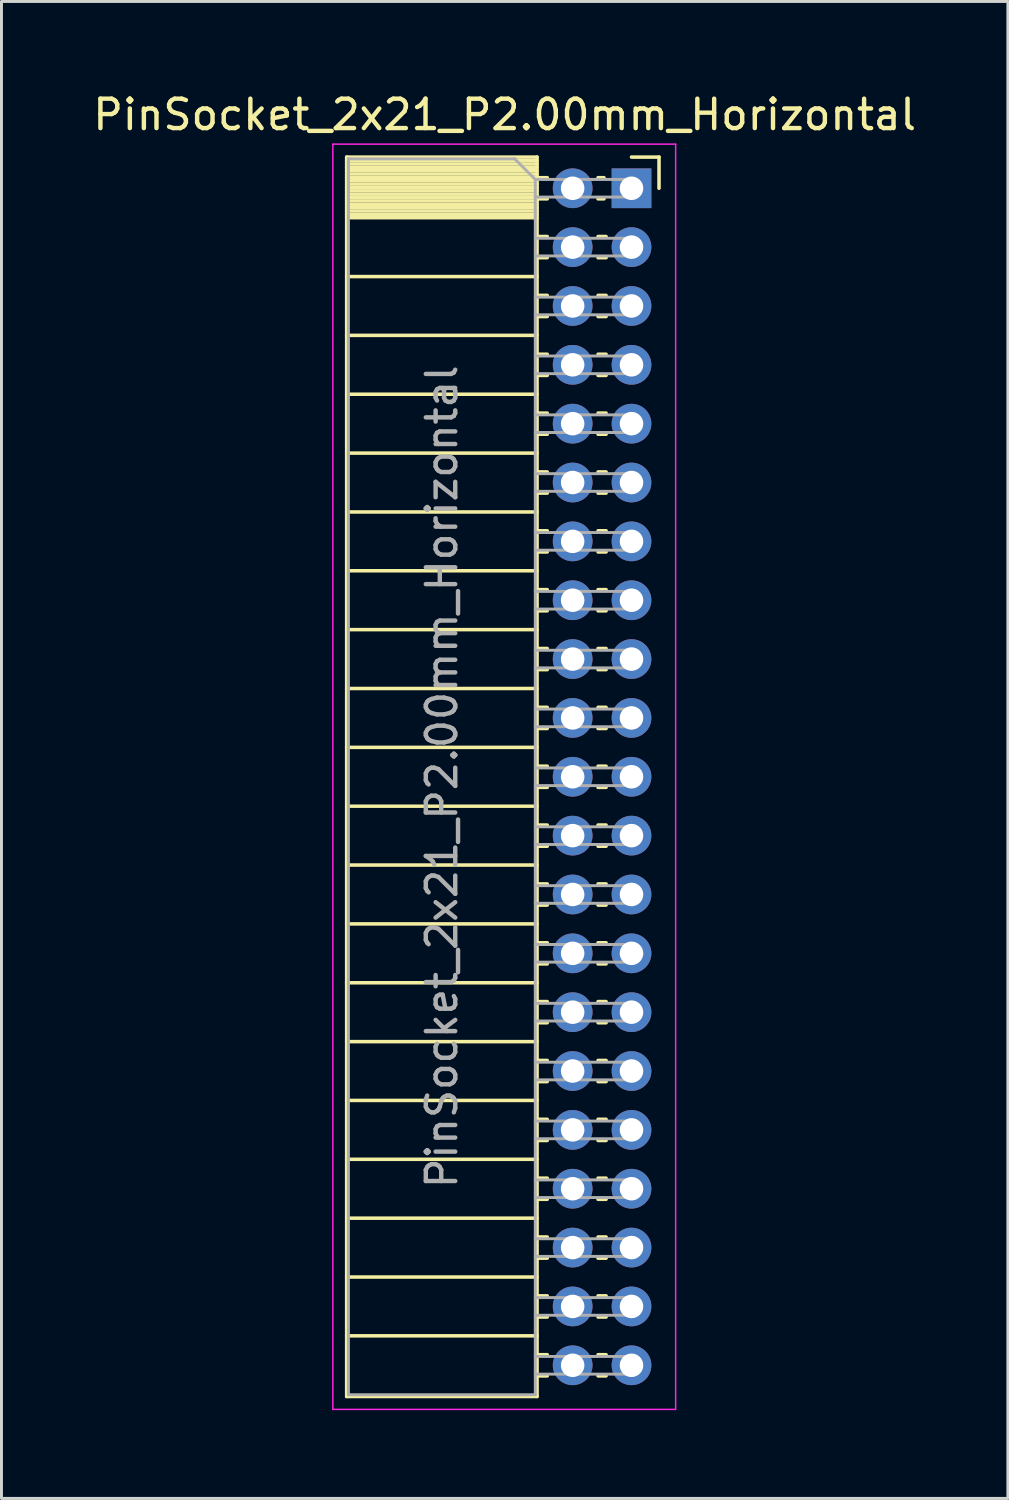
<source format=kicad_pcb>
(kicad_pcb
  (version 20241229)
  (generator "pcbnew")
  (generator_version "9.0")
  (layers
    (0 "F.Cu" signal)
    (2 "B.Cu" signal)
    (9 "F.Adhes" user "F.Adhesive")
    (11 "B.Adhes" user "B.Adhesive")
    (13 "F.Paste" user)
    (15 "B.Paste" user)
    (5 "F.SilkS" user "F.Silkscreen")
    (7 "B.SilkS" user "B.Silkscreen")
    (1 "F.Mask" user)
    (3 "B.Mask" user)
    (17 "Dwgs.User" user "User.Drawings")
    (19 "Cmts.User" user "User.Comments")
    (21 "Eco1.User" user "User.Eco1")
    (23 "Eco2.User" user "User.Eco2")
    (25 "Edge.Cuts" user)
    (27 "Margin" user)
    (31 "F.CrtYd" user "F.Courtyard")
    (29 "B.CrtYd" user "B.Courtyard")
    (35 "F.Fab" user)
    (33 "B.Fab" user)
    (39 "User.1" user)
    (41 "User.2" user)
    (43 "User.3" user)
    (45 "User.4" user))
  (footprint "PinSocket_2x21_P2.00mm_Horizontal"
    (layer "F.Cu")
    (at 18.411 3.348)
    (property "Reference" "PinSocket_2x21_P2.00mm_Horizontal" (at -4.31 -2.5 0) (layer "F.SilkS") (effects (font (size 1 1) (thickness 0.15))))
    (attr through_hole)
    (fp_line (start -9.68 -1.06) (end -9.68 41.06) (stroke (width 0.12) (type solid)) (layer "F.SilkS"))
    (fp_line (start -9.68 -1.06) (end -3.21 -1.06) (stroke (width 0.12) (type solid)) (layer "F.SilkS"))
    (fp_line (start -9.68 -0.94) (end -3.21 -0.94) (stroke (width 0.12) (type solid)) (layer "F.SilkS"))
    (fp_line (start -9.68 -0.826) (end -3.21 -0.826) (stroke (width 0.12) (type solid)) (layer "F.SilkS"))
    (fp_line (start -9.68 -0.712) (end -3.21 -0.712) (stroke (width 0.12) (type solid)) (layer "F.SilkS"))
    (fp_line (start -9.68 -0.598) (end -3.21 -0.598) (stroke (width 0.12) (type solid)) (layer "F.SilkS"))
    (fp_line (start -9.68 -0.484) (end -3.21 -0.484) (stroke (width 0.12) (type solid)) (layer "F.SilkS"))
    (fp_line (start -9.68 -0.369) (end -3.21 -0.369) (stroke (width 0.12) (type solid)) (layer "F.SilkS"))
    (fp_line (start -9.68 -0.255) (end -3.21 -0.255) (stroke (width 0.12) (type solid)) (layer "F.SilkS"))
    (fp_line (start -9.68 -0.141) (end -3.21 -0.141) (stroke (width 0.12) (type solid)) (layer "F.SilkS"))
    (fp_line (start -9.68 -0.027) (end -3.21 -0.027) (stroke (width 0.12) (type solid)) (layer "F.SilkS"))
    (fp_line (start -9.68 0.087) (end -3.21 0.087) (stroke (width 0.12) (type solid)) (layer "F.SilkS"))
    (fp_line (start -9.68 0.201) (end -3.21 0.201) (stroke (width 0.12) (type solid)) (layer "F.SilkS"))
    (fp_line (start -9.68 0.315) (end -3.21 0.315) (stroke (width 0.12) (type solid)) (layer "F.SilkS"))
    (fp_line (start -9.68 0.429) (end -3.21 0.429) (stroke (width 0.12) (type solid)) (layer "F.SilkS"))
    (fp_line (start -9.68 0.544) (end -3.21 0.544) (stroke (width 0.12) (type solid)) (layer "F.SilkS"))
    (fp_line (start -9.68 0.658) (end -3.21 0.658) (stroke (width 0.12) (type solid)) (layer "F.SilkS"))
    (fp_line (start -9.68 0.772) (end -3.21 0.772) (stroke (width 0.12) (type solid)) (layer "F.SilkS"))
    (fp_line (start -9.68 0.886) (end -3.21 0.886) (stroke (width 0.12) (type solid)) (layer "F.SilkS"))
    (fp_line (start -9.68 1) (end -3.21 1) (stroke (width 0.12) (type solid)) (layer "F.SilkS"))
    (fp_line (start -9.68 3) (end -3.21 3) (stroke (width 0.12) (type solid)) (layer "F.SilkS"))
    (fp_line (start -9.68 5) (end -3.21 5) (stroke (width 0.12) (type solid)) (layer "F.SilkS"))
    (fp_line (start -9.68 7) (end -3.21 7) (stroke (width 0.12) (type solid)) (layer "F.SilkS"))
    (fp_line (start -9.68 9) (end -3.21 9) (stroke (width 0.12) (type solid)) (layer "F.SilkS"))
    (fp_line (start -9.68 11) (end -3.21 11) (stroke (width 0.12) (type solid)) (layer "F.SilkS"))
    (fp_line (start -9.68 13) (end -3.21 13) (stroke (width 0.12) (type solid)) (layer "F.SilkS"))
    (fp_line (start -9.68 15) (end -3.21 15) (stroke (width 0.12) (type solid)) (layer "F.SilkS"))
    (fp_line (start -9.68 17) (end -3.21 17) (stroke (width 0.12) (type solid)) (layer "F.SilkS"))
    (fp_line (start -9.68 19) (end -3.21 19) (stroke (width 0.12) (type solid)) (layer "F.SilkS"))
    (fp_line (start -9.68 21) (end -3.21 21) (stroke (width 0.12) (type solid)) (layer "F.SilkS"))
    (fp_line (start -9.68 23) (end -3.21 23) (stroke (width 0.12) (type solid)) (layer "F.SilkS"))
    (fp_line (start -9.68 25) (end -3.21 25) (stroke (width 0.12) (type solid)) (layer "F.SilkS"))
    (fp_line (start -9.68 27) (end -3.21 27) (stroke (width 0.12) (type solid)) (layer "F.SilkS"))
    (fp_line (start -9.68 29) (end -3.21 29) (stroke (width 0.12) (type solid)) (layer "F.SilkS"))
    (fp_line (start -9.68 31) (end -3.21 31) (stroke (width 0.12) (type solid)) (layer "F.SilkS"))
    (fp_line (start -9.68 33) (end -3.21 33) (stroke (width 0.12) (type solid)) (layer "F.SilkS"))
    (fp_line (start -9.68 35) (end -3.21 35) (stroke (width 0.12) (type solid)) (layer "F.SilkS"))
    (fp_line (start -9.68 37) (end -3.21 37) (stroke (width 0.12) (type solid)) (layer "F.SilkS"))
    (fp_line (start -9.68 39) (end -3.21 39) (stroke (width 0.12) (type solid)) (layer "F.SilkS"))
    (fp_line (start -9.68 41.06) (end -3.21 41.06) (stroke (width 0.12) (type solid)) (layer "F.SilkS"))
    (fp_line (start -3.21 -1.06) (end -3.21 41.06) (stroke (width 0.12) (type solid)) (layer "F.SilkS"))
    (fp_line (start -3.21 -0.36) (end -2.863 -0.36) (stroke (width 0.12) (type solid)) (layer "F.SilkS"))
    (fp_line (start -3.21 0.36) (end -2.863 0.36) (stroke (width 0.12) (type solid)) (layer "F.SilkS"))
    (fp_line (start -3.21 1.64) (end -2.863 1.64) (stroke (width 0.12) (type solid)) (layer "F.SilkS"))
    (fp_line (start -3.21 2.36) (end -2.863 2.36) (stroke (width 0.12) (type solid)) (layer "F.SilkS"))
    (fp_line (start -3.21 3.64) (end -2.863 3.64) (stroke (width 0.12) (type solid)) (layer "F.SilkS"))
    (fp_line (start -3.21 4.36) (end -2.863 4.36) (stroke (width 0.12) (type solid)) (layer "F.SilkS"))
    (fp_line (start -3.21 5.64) (end -2.863 5.64) (stroke (width 0.12) (type solid)) (layer "F.SilkS"))
    (fp_line (start -3.21 6.36) (end -2.863 6.36) (stroke (width 0.12) (type solid)) (layer "F.SilkS"))
    (fp_line (start -3.21 7.64) (end -2.863 7.64) (stroke (width 0.12) (type solid)) (layer "F.SilkS"))
    (fp_line (start -3.21 8.36) (end -2.863 8.36) (stroke (width 0.12) (type solid)) (layer "F.SilkS"))
    (fp_line (start -3.21 9.64) (end -2.863 9.64) (stroke (width 0.12) (type solid)) (layer "F.SilkS"))
    (fp_line (start -3.21 10.36) (end -2.863 10.36) (stroke (width 0.12) (type solid)) (layer "F.SilkS"))
    (fp_line (start -3.21 11.64) (end -2.863 11.64) (stroke (width 0.12) (type solid)) (layer "F.SilkS"))
    (fp_line (start -3.21 12.36) (end -2.863 12.36) (stroke (width 0.12) (type solid)) (layer "F.SilkS"))
    (fp_line (start -3.21 13.64) (end -2.863 13.64) (stroke (width 0.12) (type solid)) (layer "F.SilkS"))
    (fp_line (start -3.21 14.36) (end -2.863 14.36) (stroke (width 0.12) (type solid)) (layer "F.SilkS"))
    (fp_line (start -3.21 15.64) (end -2.863 15.64) (stroke (width 0.12) (type solid)) (layer "F.SilkS"))
    (fp_line (start -3.21 16.36) (end -2.863 16.36) (stroke (width 0.12) (type solid)) (layer "F.SilkS"))
    (fp_line (start -3.21 17.64) (end -2.863 17.64) (stroke (width 0.12) (type solid)) (layer "F.SilkS"))
    (fp_line (start -3.21 18.36) (end -2.863 18.36) (stroke (width 0.12) (type solid)) (layer "F.SilkS"))
    (fp_line (start -3.21 19.64) (end -2.863 19.64) (stroke (width 0.12) (type solid)) (layer "F.SilkS"))
    (fp_line (start -3.21 20.36) (end -2.863 20.36) (stroke (width 0.12) (type solid)) (layer "F.SilkS"))
    (fp_line (start -3.21 21.64) (end -2.863 21.64) (stroke (width 0.12) (type solid)) (layer "F.SilkS"))
    (fp_line (start -3.21 22.36) (end -2.863 22.36) (stroke (width 0.12) (type solid)) (layer "F.SilkS"))
    (fp_line (start -3.21 23.64) (end -2.863 23.64) (stroke (width 0.12) (type solid)) (layer "F.SilkS"))
    (fp_line (start -3.21 24.36) (end -2.863 24.36) (stroke (width 0.12) (type solid)) (layer "F.SilkS"))
    (fp_line (start -3.21 25.64) (end -2.863 25.64) (stroke (width 0.12) (type solid)) (layer "F.SilkS"))
    (fp_line (start -3.21 26.36) (end -2.863 26.36) (stroke (width 0.12) (type solid)) (layer "F.SilkS"))
    (fp_line (start -3.21 27.64) (end -2.863 27.64) (stroke (width 0.12) (type solid)) (layer "F.SilkS"))
    (fp_line (start -3.21 28.36) (end -2.863 28.36) (stroke (width 0.12) (type solid)) (layer "F.SilkS"))
    (fp_line (start -3.21 29.64) (end -2.863 29.64) (stroke (width 0.12) (type solid)) (layer "F.SilkS"))
    (fp_line (start -3.21 30.36) (end -2.863 30.36) (stroke (width 0.12) (type solid)) (layer "F.SilkS"))
    (fp_line (start -3.21 31.64) (end -2.863 31.64) (stroke (width 0.12) (type solid)) (layer "F.SilkS"))
    (fp_line (start -3.21 32.36) (end -2.863 32.36) (stroke (width 0.12) (type solid)) (layer "F.SilkS"))
    (fp_line (start -3.21 33.64) (end -2.863 33.64) (stroke (width 0.12) (type solid)) (layer "F.SilkS"))
    (fp_line (start -3.21 34.36) (end -2.863 34.36) (stroke (width 0.12) (type solid)) (layer "F.SilkS"))
    (fp_line (start -3.21 35.64) (end -2.863 35.64) (stroke (width 0.12) (type solid)) (layer "F.SilkS"))
    (fp_line (start -3.21 36.36) (end -2.863 36.36) (stroke (width 0.12) (type solid)) (layer "F.SilkS"))
    (fp_line (start -3.21 37.64) (end -2.863 37.64) (stroke (width 0.12) (type solid)) (layer "F.SilkS"))
    (fp_line (start -3.21 38.36) (end -2.863 38.36) (stroke (width 0.12) (type solid)) (layer "F.SilkS"))
    (fp_line (start -3.21 39.64) (end -2.863 39.64) (stroke (width 0.12) (type solid)) (layer "F.SilkS"))
    (fp_line (start -3.21 40.36) (end -2.863 40.36) (stroke (width 0.12) (type solid)) (layer "F.SilkS"))
    (fp_line (start -1.137 -0.36) (end -0.935 -0.36) (stroke (width 0.12) (type solid)) (layer "F.SilkS"))
    (fp_line (start -1.137 0.36) (end -0.935 0.36) (stroke (width 0.12) (type solid)) (layer "F.SilkS"))
    (fp_line (start -1.137 1.64) (end -0.863 1.64) (stroke (width 0.12) (type solid)) (layer "F.SilkS"))
    (fp_line (start -1.137 2.36) (end -0.863 2.36) (stroke (width 0.12) (type solid)) (layer "F.SilkS"))
    (fp_line (start -1.137 3.64) (end -0.863 3.64) (stroke (width 0.12) (type solid)) (layer "F.SilkS"))
    (fp_line (start -1.137 4.36) (end -0.863 4.36) (stroke (width 0.12) (type solid)) (layer "F.SilkS"))
    (fp_line (start -1.137 5.64) (end -0.863 5.64) (stroke (width 0.12) (type solid)) (layer "F.SilkS"))
    (fp_line (start -1.137 6.36) (end -0.863 6.36) (stroke (width 0.12) (type solid)) (layer "F.SilkS"))
    (fp_line (start -1.137 7.64) (end -0.863 7.64) (stroke (width 0.12) (type solid)) (layer "F.SilkS"))
    (fp_line (start -1.137 8.36) (end -0.863 8.36) (stroke (width 0.12) (type solid)) (layer "F.SilkS"))
    (fp_line (start -1.137 9.64) (end -0.863 9.64) (stroke (width 0.12) (type solid)) (layer "F.SilkS"))
    (fp_line (start -1.137 10.36) (end -0.863 10.36) (stroke (width 0.12) (type solid)) (layer "F.SilkS"))
    (fp_line (start -1.137 11.64) (end -0.863 11.64) (stroke (width 0.12) (type solid)) (layer "F.SilkS"))
    (fp_line (start -1.137 12.36) (end -0.863 12.36) (stroke (width 0.12) (type solid)) (layer "F.SilkS"))
    (fp_line (start -1.137 13.64) (end -0.863 13.64) (stroke (width 0.12) (type solid)) (layer "F.SilkS"))
    (fp_line (start -1.137 14.36) (end -0.863 14.36) (stroke (width 0.12) (type solid)) (layer "F.SilkS"))
    (fp_line (start -1.137 15.64) (end -0.863 15.64) (stroke (width 0.12) (type solid)) (layer "F.SilkS"))
    (fp_line (start -1.137 16.36) (end -0.863 16.36) (stroke (width 0.12) (type solid)) (layer "F.SilkS"))
    (fp_line (start -1.137 17.64) (end -0.863 17.64) (stroke (width 0.12) (type solid)) (layer "F.SilkS"))
    (fp_line (start -1.137 18.36) (end -0.863 18.36) (stroke (width 0.12) (type solid)) (layer "F.SilkS"))
    (fp_line (start -1.137 19.64) (end -0.863 19.64) (stroke (width 0.12) (type solid)) (layer "F.SilkS"))
    (fp_line (start -1.137 20.36) (end -0.863 20.36) (stroke (width 0.12) (type solid)) (layer "F.SilkS"))
    (fp_line (start -1.137 21.64) (end -0.863 21.64) (stroke (width 0.12) (type solid)) (layer "F.SilkS"))
    (fp_line (start -1.137 22.36) (end -0.863 22.36) (stroke (width 0.12) (type solid)) (layer "F.SilkS"))
    (fp_line (start -1.137 23.64) (end -0.863 23.64) (stroke (width 0.12) (type solid)) (layer "F.SilkS"))
    (fp_line (start -1.137 24.36) (end -0.863 24.36) (stroke (width 0.12) (type solid)) (layer "F.SilkS"))
    (fp_line (start -1.137 25.64) (end -0.863 25.64) (stroke (width 0.12) (type solid)) (layer "F.SilkS"))
    (fp_line (start -1.137 26.36) (end -0.863 26.36) (stroke (width 0.12) (type solid)) (layer "F.SilkS"))
    (fp_line (start -1.137 27.64) (end -0.863 27.64) (stroke (width 0.12) (type solid)) (layer "F.SilkS"))
    (fp_line (start -1.137 28.36) (end -0.863 28.36) (stroke (width 0.12) (type solid)) (layer "F.SilkS"))
    (fp_line (start -1.137 29.64) (end -0.863 29.64) (stroke (width 0.12) (type solid)) (layer "F.SilkS"))
    (fp_line (start -1.137 30.36) (end -0.863 30.36) (stroke (width 0.12) (type solid)) (layer "F.SilkS"))
    (fp_line (start -1.137 31.64) (end -0.863 31.64) (stroke (width 0.12) (type solid)) (layer "F.SilkS"))
    (fp_line (start -1.137 32.36) (end -0.863 32.36) (stroke (width 0.12) (type solid)) (layer "F.SilkS"))
    (fp_line (start -1.137 33.64) (end -0.863 33.64) (stroke (width 0.12) (type solid)) (layer "F.SilkS"))
    (fp_line (start -1.137 34.36) (end -0.863 34.36) (stroke (width 0.12) (type solid)) (layer "F.SilkS"))
    (fp_line (start -1.137 35.64) (end -0.863 35.64) (stroke (width 0.12) (type solid)) (layer "F.SilkS"))
    (fp_line (start -1.137 36.36) (end -0.863 36.36) (stroke (width 0.12) (type solid)) (layer "F.SilkS"))
    (fp_line (start -1.137 37.64) (end -0.863 37.64) (stroke (width 0.12) (type solid)) (layer "F.SilkS"))
    (fp_line (start -1.137 38.36) (end -0.863 38.36) (stroke (width 0.12) (type solid)) (layer "F.SilkS"))
    (fp_line (start -1.137 39.64) (end -0.863 39.64) (stroke (width 0.12) (type solid)) (layer "F.SilkS"))
    (fp_line (start -1.137 40.36) (end -0.863 40.36) (stroke (width 0.12) (type solid)) (layer "F.SilkS"))
    (fp_line (start 0 -1.06) (end 0.935 -1.06) (stroke (width 0.12) (type solid)) (layer "F.SilkS"))
    (fp_line (start 0.935 -1.06) (end 0.935 0) (stroke (width 0.12) (type solid)) (layer "F.SilkS"))
    (fp_line (start -10.15 -1.5) (end -10.15 41.5) (stroke (width 0.05) (type solid)) (layer "F.CrtYd"))
    (fp_line (start -10.15 41.5) (end 1.5 41.5) (stroke (width 0.05) (type solid)) (layer "F.CrtYd"))
    (fp_line (start 1.5 -1.5) (end -10.15 -1.5) (stroke (width 0.05) (type solid)) (layer "F.CrtYd"))
    (fp_line (start 1.5 41.5) (end 1.5 -1.5) (stroke (width 0.05) (type solid)) (layer "F.CrtYd"))
    (fp_line (start -9.62 -1) (end -3.97 -1) (stroke (width 0.1) (type solid)) (layer "F.Fab"))
    (fp_line (start -9.62 41) (end -9.62 -1) (stroke (width 0.1) (type solid)) (layer "F.Fab"))
    (fp_line (start -3.97 -1) (end -3.27 -0.3) (stroke (width 0.1) (type solid)) (layer "F.Fab"))
    (fp_line (start -3.27 -0.3) (end -3.27 41) (stroke (width 0.1) (type solid)) (layer "F.Fab"))
    (fp_line (start -3.27 0.3) (end 0 0.3) (stroke (width 0.1) (type solid)) (layer "F.Fab"))
    (fp_line (start -3.27 2.3) (end 0 2.3) (stroke (width 0.1) (type solid)) (layer "F.Fab"))
    (fp_line (start -3.27 4.3) (end 0 4.3) (stroke (width 0.1) (type solid)) (layer "F.Fab"))
    (fp_line (start -3.27 6.3) (end 0 6.3) (stroke (width 0.1) (type solid)) (layer "F.Fab"))
    (fp_line (start -3.27 8.3) (end 0 8.3) (stroke (width 0.1) (type solid)) (layer "F.Fab"))
    (fp_line (start -3.27 10.3) (end 0 10.3) (stroke (width 0.1) (type solid)) (layer "F.Fab"))
    (fp_line (start -3.27 12.3) (end 0 12.3) (stroke (width 0.1) (type solid)) (layer "F.Fab"))
    (fp_line (start -3.27 14.3) (end 0 14.3) (stroke (width 0.1) (type solid)) (layer "F.Fab"))
    (fp_line (start -3.27 16.3) (end 0 16.3) (stroke (width 0.1) (type solid)) (layer "F.Fab"))
    (fp_line (start -3.27 18.3) (end 0 18.3) (stroke (width 0.1) (type solid)) (layer "F.Fab"))
    (fp_line (start -3.27 20.3) (end 0 20.3) (stroke (width 0.1) (type solid)) (layer "F.Fab"))
    (fp_line (start -3.27 22.3) (end 0 22.3) (stroke (width 0.1) (type solid)) (layer "F.Fab"))
    (fp_line (start -3.27 24.3) (end 0 24.3) (stroke (width 0.1) (type solid)) (layer "F.Fab"))
    (fp_line (start -3.27 26.3) (end 0 26.3) (stroke (width 0.1) (type solid)) (layer "F.Fab"))
    (fp_line (start -3.27 28.3) (end 0 28.3) (stroke (width 0.1) (type solid)) (layer "F.Fab"))
    (fp_line (start -3.27 30.3) (end 0 30.3) (stroke (width 0.1) (type solid)) (layer "F.Fab"))
    (fp_line (start -3.27 32.3) (end 0 32.3) (stroke (width 0.1) (type solid)) (layer "F.Fab"))
    (fp_line (start -3.27 34.3) (end 0 34.3) (stroke (width 0.1) (type solid)) (layer "F.Fab"))
    (fp_line (start -3.27 36.3) (end 0 36.3) (stroke (width 0.1) (type solid)) (layer "F.Fab"))
    (fp_line (start -3.27 38.3) (end 0 38.3) (stroke (width 0.1) (type solid)) (layer "F.Fab"))
    (fp_line (start -3.27 40.3) (end 0 40.3) (stroke (width 0.1) (type solid)) (layer "F.Fab"))
    (fp_line (start -3.27 41) (end -9.62 41) (stroke (width 0.1) (type solid)) (layer "F.Fab"))
    (fp_line (start 0 -0.3) (end -3.27 -0.3) (stroke (width 0.1) (type solid)) (layer "F.Fab"))
    (fp_line (start 0 0.3) (end 0 -0.3) (stroke (width 0.1) (type solid)) (layer "F.Fab"))
    (fp_line (start 0 1.7) (end -3.27 1.7) (stroke (width 0.1) (type solid)) (layer "F.Fab"))
    (fp_line (start 0 2.3) (end 0 1.7) (stroke (width 0.1) (type solid)) (layer "F.Fab"))
    (fp_line (start 0 3.7) (end -3.27 3.7) (stroke (width 0.1) (type solid)) (layer "F.Fab"))
    (fp_line (start 0 4.3) (end 0 3.7) (stroke (width 0.1) (type solid)) (layer "F.Fab"))
    (fp_line (start 0 5.7) (end -3.27 5.7) (stroke (width 0.1) (type solid)) (layer "F.Fab"))
    (fp_line (start 0 6.3) (end 0 5.7) (stroke (width 0.1) (type solid)) (layer "F.Fab"))
    (fp_line (start 0 7.7) (end -3.27 7.7) (stroke (width 0.1) (type solid)) (layer "F.Fab"))
    (fp_line (start 0 8.3) (end 0 7.7) (stroke (width 0.1) (type solid)) (layer "F.Fab"))
    (fp_line (start 0 9.7) (end -3.27 9.7) (stroke (width 0.1) (type solid)) (layer "F.Fab"))
    (fp_line (start 0 10.3) (end 0 9.7) (stroke (width 0.1) (type solid)) (layer "F.Fab"))
    (fp_line (start 0 11.7) (end -3.27 11.7) (stroke (width 0.1) (type solid)) (layer "F.Fab"))
    (fp_line (start 0 12.3) (end 0 11.7) (stroke (width 0.1) (type solid)) (layer "F.Fab"))
    (fp_line (start 0 13.7) (end -3.27 13.7) (stroke (width 0.1) (type solid)) (layer "F.Fab"))
    (fp_line (start 0 14.3) (end 0 13.7) (stroke (width 0.1) (type solid)) (layer "F.Fab"))
    (fp_line (start 0 15.7) (end -3.27 15.7) (stroke (width 0.1) (type solid)) (layer "F.Fab"))
    (fp_line (start 0 16.3) (end 0 15.7) (stroke (width 0.1) (type solid)) (layer "F.Fab"))
    (fp_line (start 0 17.7) (end -3.27 17.7) (stroke (width 0.1) (type solid)) (layer "F.Fab"))
    (fp_line (start 0 18.3) (end 0 17.7) (stroke (width 0.1) (type solid)) (layer "F.Fab"))
    (fp_line (start 0 19.7) (end -3.27 19.7) (stroke (width 0.1) (type solid)) (layer "F.Fab"))
    (fp_line (start 0 20.3) (end 0 19.7) (stroke (width 0.1) (type solid)) (layer "F.Fab"))
    (fp_line (start 0 21.7) (end -3.27 21.7) (stroke (width 0.1) (type solid)) (layer "F.Fab"))
    (fp_line (start 0 22.3) (end 0 21.7) (stroke (width 0.1) (type solid)) (layer "F.Fab"))
    (fp_line (start 0 23.7) (end -3.27 23.7) (stroke (width 0.1) (type solid)) (layer "F.Fab"))
    (fp_line (start 0 24.3) (end 0 23.7) (stroke (width 0.1) (type solid)) (layer "F.Fab"))
    (fp_line (start 0 25.7) (end -3.27 25.7) (stroke (width 0.1) (type solid)) (layer "F.Fab"))
    (fp_line (start 0 26.3) (end 0 25.7) (stroke (width 0.1) (type solid)) (layer "F.Fab"))
    (fp_line (start 0 27.7) (end -3.27 27.7) (stroke (width 0.1) (type solid)) (layer "F.Fab"))
    (fp_line (start 0 28.3) (end 0 27.7) (stroke (width 0.1) (type solid)) (layer "F.Fab"))
    (fp_line (start 0 29.7) (end -3.27 29.7) (stroke (width 0.1) (type solid)) (layer "F.Fab"))
    (fp_line (start 0 30.3) (end 0 29.7) (stroke (width 0.1) (type solid)) (layer "F.Fab"))
    (fp_line (start 0 31.7) (end -3.27 31.7) (stroke (width 0.1) (type solid)) (layer "F.Fab"))
    (fp_line (start 0 32.3) (end 0 31.7) (stroke (width 0.1) (type solid)) (layer "F.Fab"))
    (fp_line (start 0 33.7) (end -3.27 33.7) (stroke (width 0.1) (type solid)) (layer "F.Fab"))
    (fp_line (start 0 34.3) (end 0 33.7) (stroke (width 0.1) (type solid)) (layer "F.Fab"))
    (fp_line (start 0 35.7) (end -3.27 35.7) (stroke (width 0.1) (type solid)) (layer "F.Fab"))
    (fp_line (start 0 36.3) (end 0 35.7) (stroke (width 0.1) (type solid)) (layer "F.Fab"))
    (fp_line (start 0 37.7) (end -3.27 37.7) (stroke (width 0.1) (type solid)) (layer "F.Fab"))
    (fp_line (start 0 38.3) (end 0 37.7) (stroke (width 0.1) (type solid)) (layer "F.Fab"))
    (fp_line (start 0 39.7) (end -3.27 39.7) (stroke (width 0.1) (type solid)) (layer "F.Fab"))
    (fp_line (start 0 40.3) (end 0 39.7) (stroke (width 0.1) (type solid)) (layer "F.Fab"))
    (fp_text user "${REFERENCE}" (at -6.445 20 90) (layer "F.Fab") (effects (font (size 1 1) (thickness 0.15))))
    (pad "1" thru_hole rect (at 0 0) (size 1.35 1.35) (drill 0.8) (layers "*.Cu" "*.Mask"))
    (pad "2" thru_hole circle (at -2 0) (size 1.35 1.35) (drill 0.8) (layers "*.Cu" "*.Mask"))
    (pad "3" thru_hole circle (at 0 2) (size 1.35 1.35) (drill 0.8) (layers "*.Cu" "*.Mask"))
    (pad "4" thru_hole circle (at -2 2) (size 1.35 1.35) (drill 0.8) (layers "*.Cu" "*.Mask"))
    (pad "5" thru_hole circle (at 0 4) (size 1.35 1.35) (drill 0.8) (layers "*.Cu" "*.Mask"))
    (pad "6" thru_hole circle (at -2 4) (size 1.35 1.35) (drill 0.8) (layers "*.Cu" "*.Mask"))
    (pad "7" thru_hole circle (at 0 6) (size 1.35 1.35) (drill 0.8) (layers "*.Cu" "*.Mask"))
    (pad "8" thru_hole circle (at -2 6) (size 1.35 1.35) (drill 0.8) (layers "*.Cu" "*.Mask"))
    (pad "9" thru_hole circle (at 0 8) (size 1.35 1.35) (drill 0.8) (layers "*.Cu" "*.Mask"))
    (pad "10" thru_hole circle (at -2 8) (size 1.35 1.35) (drill 0.8) (layers "*.Cu" "*.Mask"))
    (pad "11" thru_hole circle (at 0 10) (size 1.35 1.35) (drill 0.8) (layers "*.Cu" "*.Mask"))
    (pad "12" thru_hole circle (at -2 10) (size 1.35 1.35) (drill 0.8) (layers "*.Cu" "*.Mask"))
    (pad "13" thru_hole circle (at 0 12) (size 1.35 1.35) (drill 0.8) (layers "*.Cu" "*.Mask"))
    (pad "14" thru_hole circle (at -2 12) (size 1.35 1.35) (drill 0.8) (layers "*.Cu" "*.Mask"))
    (pad "15" thru_hole circle (at 0 14) (size 1.35 1.35) (drill 0.8) (layers "*.Cu" "*.Mask"))
    (pad "16" thru_hole circle (at -2 14) (size 1.35 1.35) (drill 0.8) (layers "*.Cu" "*.Mask"))
    (pad "17" thru_hole circle (at 0 16) (size 1.35 1.35) (drill 0.8) (layers "*.Cu" "*.Mask"))
    (pad "18" thru_hole circle (at -2 16) (size 1.35 1.35) (drill 0.8) (layers "*.Cu" "*.Mask"))
    (pad "19" thru_hole circle (at 0 18) (size 1.35 1.35) (drill 0.8) (layers "*.Cu" "*.Mask"))
    (pad "20" thru_hole circle (at -2 18) (size 1.35 1.35) (drill 0.8) (layers "*.Cu" "*.Mask"))
    (pad "21" thru_hole circle (at 0 20) (size 1.35 1.35) (drill 0.8) (layers "*.Cu" "*.Mask"))
    (pad "22" thru_hole circle (at -2 20) (size 1.35 1.35) (drill 0.8) (layers "*.Cu" "*.Mask"))
    (pad "23" thru_hole circle (at 0 22) (size 1.35 1.35) (drill 0.8) (layers "*.Cu" "*.Mask"))
    (pad "24" thru_hole circle (at -2 22) (size 1.35 1.35) (drill 0.8) (layers "*.Cu" "*.Mask"))
    (pad "25" thru_hole circle (at 0 24) (size 1.35 1.35) (drill 0.8) (layers "*.Cu" "*.Mask"))
    (pad "26" thru_hole circle (at -2 24) (size 1.35 1.35) (drill 0.8) (layers "*.Cu" "*.Mask"))
    (pad "27" thru_hole circle (at 0 26) (size 1.35 1.35) (drill 0.8) (layers "*.Cu" "*.Mask"))
    (pad "28" thru_hole circle (at -2 26) (size 1.35 1.35) (drill 0.8) (layers "*.Cu" "*.Mask"))
    (pad "29" thru_hole circle (at 0 28) (size 1.35 1.35) (drill 0.8) (layers "*.Cu" "*.Mask"))
    (pad "30" thru_hole circle (at -2 28) (size 1.35 1.35) (drill 0.8) (layers "*.Cu" "*.Mask"))
    (pad "31" thru_hole circle (at 0 30) (size 1.35 1.35) (drill 0.8) (layers "*.Cu" "*.Mask"))
    (pad "32" thru_hole circle (at -2 30) (size 1.35 1.35) (drill 0.8) (layers "*.Cu" "*.Mask"))
    (pad "33" thru_hole circle (at 0 32) (size 1.35 1.35) (drill 0.8) (layers "*.Cu" "*.Mask"))
    (pad "34" thru_hole circle (at -2 32) (size 1.35 1.35) (drill 0.8) (layers "*.Cu" "*.Mask"))
    (pad "35" thru_hole circle (at 0 34) (size 1.35 1.35) (drill 0.8) (layers "*.Cu" "*.Mask"))
    (pad "36" thru_hole circle (at -2 34) (size 1.35 1.35) (drill 0.8) (layers "*.Cu" "*.Mask"))
    (pad "37" thru_hole circle (at 0 36) (size 1.35 1.35) (drill 0.8) (layers "*.Cu" "*.Mask"))
    (pad "38" thru_hole circle (at -2 36) (size 1.35 1.35) (drill 0.8) (layers "*.Cu" "*.Mask"))
    (pad "39" thru_hole circle (at 0 38) (size 1.35 1.35) (drill 0.8) (layers "*.Cu" "*.Mask"))
    (pad "40" thru_hole circle (at -2 38) (size 1.35 1.35) (drill 0.8) (layers "*.Cu" "*.Mask"))
    (pad "41" thru_hole circle (at 0 40) (size 1.35 1.35) (drill 0.8) (layers "*.Cu" "*.Mask"))
    (pad "42" thru_hole circle (at -2 40) (size 1.35 1.35) (drill 0.8) (layers "*.Cu" "*.Mask")))
  (gr_rect
    (start -3 -3)
    (end 31.202 47.873)
    (stroke (width 0.1) (type default))
    (fill no)
    (layer "Edge.Cuts")))
</source>
